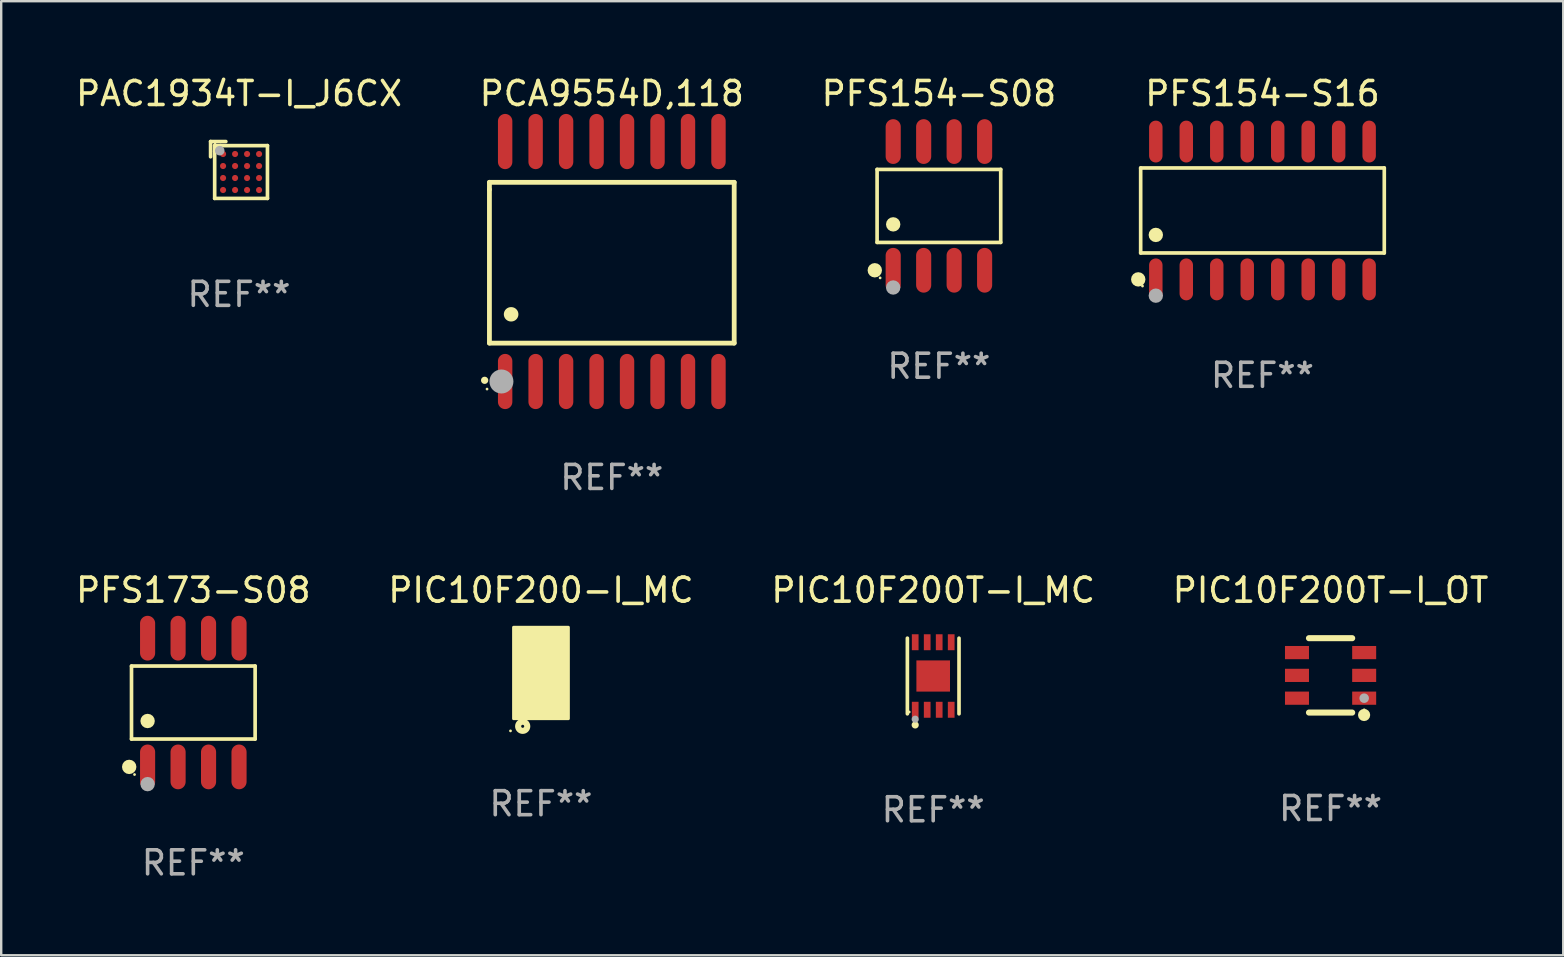
<source format=kicad_pcb>
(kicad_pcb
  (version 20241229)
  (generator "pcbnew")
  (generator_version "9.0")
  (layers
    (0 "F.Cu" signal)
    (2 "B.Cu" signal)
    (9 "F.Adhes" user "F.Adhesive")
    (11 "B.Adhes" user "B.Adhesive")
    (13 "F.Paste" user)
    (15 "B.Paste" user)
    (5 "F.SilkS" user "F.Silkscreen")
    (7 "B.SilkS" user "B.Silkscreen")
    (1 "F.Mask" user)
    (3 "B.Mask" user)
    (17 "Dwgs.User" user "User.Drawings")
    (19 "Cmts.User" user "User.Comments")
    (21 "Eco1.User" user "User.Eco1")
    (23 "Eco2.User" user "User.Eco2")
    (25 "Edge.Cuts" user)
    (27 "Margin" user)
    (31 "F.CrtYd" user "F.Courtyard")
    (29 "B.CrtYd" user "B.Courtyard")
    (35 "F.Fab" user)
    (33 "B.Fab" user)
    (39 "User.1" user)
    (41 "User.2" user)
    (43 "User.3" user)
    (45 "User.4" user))
  (footprint "PIC10F200T-I_OT"
    (layer "F.Cu")
    (at 52.399 25.095)
    (property "Reference" "PIC10F200T-I_OT" (at 0 -3.55 0) (layer "F.SilkS") (effects (font (size 1 1) (thickness 0.15))))
    (attr through_hole)
    (fp_line (start -0.9 -1.55) (end 0.9 -1.55) (stroke (width 0.254) (type solid)) (layer "F.SilkS"))
    (fp_line (start -0.9 1.55) (end 0.9 1.55) (stroke (width 0.254) (type solid)) (layer "F.SilkS"))
    (fp_circle (center 1.397 1.651) (end 1.524 1.651) (stroke (width 0.254) (type solid)) (fill no) (layer "F.SilkS"))
    (fp_circle (center 1.4 1.435) (end 1.43 1.435) (stroke (width 0.06) (type solid)) (fill no) (layer "F.SilkS"))
    (fp_circle (center 1.4 0.95) (end 1.5 0.95) (stroke (width 0.2) (type solid)) (fill no) (layer "F.Fab"))
    (fp_text user "REF**" (at 0 5.55 0) (layer "F.Fab") (effects (font (size 1 1) (thickness 0.15))))
    (pad "1" smd rect (at 1.4 0.95) (size 1 0.55) (layers "F.Cu" "F.Mask" "F.Paste"))
    (pad "2" smd rect (at 1.4 -0.000102) (size 1 0.55) (layers "F.Cu" "F.Mask" "F.Paste"))
    (pad "3" smd rect (at 1.4 -0.95) (size 1 0.55) (layers "F.Cu" "F.Mask" "F.Paste"))
    (pad "4" smd rect (at -1.4 -0.95) (size 1 0.55) (layers "F.Cu" "F.Mask" "F.Paste"))
    (pad "5" smd rect (at -1.4 -0.000102) (size 1 0.55) (layers "F.Cu" "F.Mask" "F.Paste"))
    (pad "6" smd rect (at -1.4 0.95) (size 1 0.55) (layers "F.Cu" "F.Mask" "F.Paste")))
  (footprint "PIC10F200-I_MC"
    (layer "F.Cu")
    (at 19.494 24.995)
    (property "Reference" "PIC10F200-I_MC" (at 0 -3.45 0) (layer "F.SilkS") (effects (font (size 1 1) (thickness 0.15))))
    (attr through_hole)
    (fp_circle (center -1.27 2.413) (end -1.24 2.413) (stroke (width 0.06) (type solid)) (fill no) (layer "F.SilkS"))
    (fp_circle (center -0.762 2.222) (end -0.699 2.222) (stroke (width 0.254) (type solid)) (fill no) (layer "F.SilkS"))
    (fp_poly (pts (xy -1.143 -1.905) (xy 1.143 -1.905) (xy 1.143 1.905) (xy -1.143 1.905)) (stroke (width 0.12) (type solid)) (fill yes) (layer "F.SilkS"))
    (fp_text user "REF**" (at 0 5.45 0) (layer "F.Fab") (effects (font (size 1 1) (thickness 0.15))))
    (pad "1" smd rect (at -0.75 1.45) (size 0.25 0.5) (layers "F.Cu" "F.Mask" "F.Paste"))
    (pad "2" smd rect (at -0.25 1.45) (size 0.25 0.5) (layers "F.Cu" "F.Mask" "F.Paste"))
    (pad "3" smd rect (at 0.25 1.45) (size 0.25 0.5) (layers "F.Cu" "F.Mask" "F.Paste"))
    (pad "4" smd rect (at 0.75 1.45) (size 0.25 0.5) (layers "F.Cu" "F.Mask" "F.Paste"))
    (pad "5" smd rect (at 0.75 -1.45) (size 0.25 0.5) (layers "F.Cu" "F.Mask" "F.Paste"))
    (pad "6" smd rect (at 0.25 -1.45) (size 0.25 0.5) (layers "F.Cu" "F.Mask" "F.Paste"))
    (pad "7" smd rect (at -0.25 -1.45) (size 0.25 0.5) (layers "F.Cu" "F.Mask" "F.Paste"))
    (pad "8" smd rect (at -0.75 -1.45) (size 0.25 0.5) (layers "F.Cu" "F.Mask" "F.Paste"))
    (pad "9" smd rect (at 0 -0.000127) (size 1.5 1.6) (layers "F.Cu" "F.Mask" "F.Paste")))
  (footprint "PFS154-S08"
    (layer "F.Cu")
    (at 36.077 5.531)
    (property "Reference" "PFS154-S08" (at 0 -4.682 0) (layer "F.SilkS") (effects (font (size 1 1) (thickness 0.15))))
    (attr through_hole)
    (fp_line (start -2.576 -1.521) (end 2.576 -1.521) (stroke (width 0.152) (type solid)) (layer "F.SilkS"))
    (fp_line (start -2.576 1.521) (end -2.576 -1.521) (stroke (width 0.152) (type solid)) (layer "F.SilkS"))
    (fp_line (start 2.576 -1.521) (end 2.576 1.521) (stroke (width 0.152) (type solid)) (layer "F.SilkS"))
    (fp_line (start 2.576 1.521) (end -2.576 1.521) (stroke (width 0.152) (type solid)) (layer "F.SilkS"))
    (fp_circle (center -2.672 2.682) (end -2.522 2.682) (stroke (width 0.3) (type solid)) (fill no) (layer "F.SilkS"))
    (fp_circle (center -2.45 3) (end -2.42 3) (stroke (width 0.06) (type solid)) (fill no) (layer "F.SilkS"))
    (fp_circle (center -1.905 0.769) (end -1.755 0.769) (stroke (width 0.3) (type solid)) (fill no) (layer "F.SilkS"))
    (fp_circle (center -1.905 3.4) (end -1.755 3.4) (stroke (width 0.3) (type solid)) (fill no) (layer "F.Fab"))
    (fp_text user "REF**" (at 0 6.682 0) (layer "F.Fab") (effects (font (size 1 1) (thickness 0.15))))
    (pad "1" smd oval (at -1.905 2.682) (size 0.63 1.865) (layers "F.Cu" "F.Mask" "F.Paste"))
    (pad "2" smd oval (at -0.635 2.682) (size 0.63 1.865) (layers "F.Cu" "F.Mask" "F.Paste"))
    (pad "3" smd oval (at 0.635 2.682) (size 0.63 1.865) (layers "F.Cu" "F.Mask" "F.Paste"))
    (pad "4" smd oval (at 1.905 2.682) (size 0.63 1.865) (layers "F.Cu" "F.Mask" "F.Paste"))
    (pad "5" smd oval (at 1.905 -2.682) (size 0.63 1.865) (layers "F.Cu" "F.Mask" "F.Paste"))
    (pad "6" smd oval (at 0.635 -2.682) (size 0.63 1.865) (layers "F.Cu" "F.Mask" "F.Paste"))
    (pad "7" smd oval (at -0.635 -2.682) (size 0.63 1.865) (layers "F.Cu" "F.Mask" "F.Paste"))
    (pad "8" smd oval (at -1.905 -2.682) (size 0.63 1.865) (layers "F.Cu" "F.Mask" "F.Paste")))
  (footprint "PFS173-S08"
    (layer "F.Cu")
    (at 5.006 26.227)
    (property "Reference" "PFS173-S08" (at 0 -4.682 0) (layer "F.SilkS") (effects (font (size 1 1) (thickness 0.15))))
    (attr through_hole)
    (fp_line (start -2.576 -1.521) (end 2.576 -1.521) (stroke (width 0.152) (type solid)) (layer "F.SilkS"))
    (fp_line (start -2.576 1.521) (end -2.576 -1.521) (stroke (width 0.152) (type solid)) (layer "F.SilkS"))
    (fp_line (start 2.576 -1.521) (end 2.576 1.521) (stroke (width 0.152) (type solid)) (layer "F.SilkS"))
    (fp_line (start 2.576 1.521) (end -2.576 1.521) (stroke (width 0.152) (type solid)) (layer "F.SilkS"))
    (fp_circle (center -2.672 2.682) (end -2.522 2.682) (stroke (width 0.3) (type solid)) (fill no) (layer "F.SilkS"))
    (fp_circle (center -2.45 3) (end -2.42 3) (stroke (width 0.06) (type solid)) (fill no) (layer "F.SilkS"))
    (fp_circle (center -1.905 0.769) (end -1.755 0.769) (stroke (width 0.3) (type solid)) (fill no) (layer "F.SilkS"))
    (fp_circle (center -1.905 3.4) (end -1.755 3.4) (stroke (width 0.3) (type solid)) (fill no) (layer "F.Fab"))
    (fp_text user "REF**" (at 0 6.682 0) (layer "F.Fab") (effects (font (size 1 1) (thickness 0.15))))
    (pad "1" smd oval (at -1.905 2.682) (size 0.63 1.865) (layers "F.Cu" "F.Mask" "F.Paste"))
    (pad "2" smd oval (at -0.635 2.682) (size 0.63 1.865) (layers "F.Cu" "F.Mask" "F.Paste"))
    (pad "3" smd oval (at 0.635 2.682) (size 0.63 1.865) (layers "F.Cu" "F.Mask" "F.Paste"))
    (pad "4" smd oval (at 1.905 2.682) (size 0.63 1.865) (layers "F.Cu" "F.Mask" "F.Paste"))
    (pad "5" smd oval (at 1.905 -2.682) (size 0.63 1.865) (layers "F.Cu" "F.Mask" "F.Paste"))
    (pad "6" smd oval (at 0.635 -2.682) (size 0.63 1.865) (layers "F.Cu" "F.Mask" "F.Paste"))
    (pad "7" smd oval (at -0.635 -2.682) (size 0.63 1.865) (layers "F.Cu" "F.Mask" "F.Paste"))
    (pad "8" smd oval (at -1.905 -2.682) (size 0.63 1.865) (layers "F.Cu" "F.Mask" "F.Paste")))
  (footprint "PCA9554D,118"
    (layer "F.Cu")
    (at 22.446 7.848)
    (property "Reference" "PCA9554D,118" (at 0 -7 0) (layer "F.SilkS") (effects (font (size 1 1) (thickness 0.15))))
    (attr through_hole)
    (fp_line (start -5.1 -3.3) (end -5.1 -3) (stroke (width 0.2) (type solid)) (layer "F.SilkS"))
    (fp_line (start -5.1 -3) (end -5.1 3.4) (stroke (width 0.2) (type solid)) (layer "F.SilkS"))
    (fp_line (start -5.1 3.4) (end 5.1 3.4) (stroke (width 0.2) (type solid)) (layer "F.SilkS"))
    (fp_line (start 5.1 -3.3) (end -5.1 -3.3) (stroke (width 0.2) (type solid)) (layer "F.SilkS"))
    (fp_line (start 5.1 3.4) (end 5.1 -3.3) (stroke (width 0.2) (type solid)) (layer "F.SilkS"))
    (fp_arc (start -5.300991 4.950495) (mid -5.299721 4.95049) (end -5.298451 4.950495) (stroke (width 0.3) (type solid)) (layer "F.SilkS"))
    (fp_arc (start -4.2 2.200025) (mid -4.19619 2.200001) (end -4.19238 2.200025) (stroke (width 0.6) (type solid)) (layer "F.SilkS"))
    (fp_circle (center -5.2 5.315) (end -5.17 5.315) (stroke (width 0.06) (type solid)) (fill no) (layer "F.SilkS"))
    (fp_circle (center -4.6 5) (end -4.35 5) (stroke (width 0.5) (type solid)) (fill no) (layer "F.Fab"))
    (fp_text user "REF**" (at 0 9 0) (layer "F.Fab") (effects (font (size 1 1) (thickness 0.15))))
    (pad "1" smd oval (at -4.445 5 180) (size 0.6 2.3) (layers "F.Cu" "F.Mask" "F.Paste"))
    (pad "2" smd oval (at -3.175 5 180) (size 0.6 2.3) (layers "F.Cu" "F.Mask" "F.Paste"))
    (pad "3" smd oval (at -1.905 5 180) (size 0.6 2.3) (layers "F.Cu" "F.Mask" "F.Paste"))
    (pad "4" smd oval (at -0.635 5 180) (size 0.6 2.3) (layers "F.Cu" "F.Mask" "F.Paste"))
    (pad "5" smd oval (at 0.635 5 180) (size 0.6 2.3) (layers "F.Cu" "F.Mask" "F.Paste"))
    (pad "6" smd oval (at 1.905 5 180) (size 0.6 2.3) (layers "F.Cu" "F.Mask" "F.Paste"))
    (pad "7" smd oval (at 3.175 5 180) (size 0.6 2.3) (layers "F.Cu" "F.Mask" "F.Paste"))
    (pad "8" smd oval (at 4.445 5 180) (size 0.6 2.3) (layers "F.Cu" "F.Mask" "F.Paste"))
    (pad "9" smd oval (at 4.445 -5 180) (size 0.6 2.3) (layers "F.Cu" "F.Mask" "F.Paste"))
    (pad "10" smd oval (at 3.175 -5 180) (size 0.6 2.3) (layers "F.Cu" "F.Mask" "F.Paste"))
    (pad "11" smd oval (at 1.905 -5 180) (size 0.6 2.3) (layers "F.Cu" "F.Mask" "F.Paste"))
    (pad "12" smd oval (at 0.635 -5 180) (size 0.6 2.3) (layers "F.Cu" "F.Mask" "F.Paste"))
    (pad "13" smd oval (at -0.635 -5 180) (size 0.6 2.3) (layers "F.Cu" "F.Mask" "F.Paste"))
    (pad "14" smd oval (at -1.905 -5 180) (size 0.6 2.3) (layers "F.Cu" "F.Mask" "F.Paste"))
    (pad "15" smd oval (at -3.175 -5 180) (size 0.6 2.3) (layers "F.Cu" "F.Mask" "F.Paste"))
    (pad "16" smd oval (at -4.445 -5 180) (size 0.6 2.3) (layers "F.Cu" "F.Mask" "F.Paste")))
  (footprint "PFS154-S16"
    (layer "F.Cu")
    (at 49.561 5.721)
    (property "Reference" "PFS154-S16" (at 0 -4.872 0) (layer "F.SilkS") (effects (font (size 1 1) (thickness 0.15))))
    (attr through_hole)
    (fp_line (start -5.076 -1.771) (end 5.076 -1.771) (stroke (width 0.152) (type solid)) (layer "F.SilkS"))
    (fp_line (start -5.076 1.771) (end -5.076 -1.771) (stroke (width 0.152) (type solid)) (layer "F.SilkS"))
    (fp_line (start 5.076 -1.771) (end 5.076 1.771) (stroke (width 0.152) (type solid)) (layer "F.SilkS"))
    (fp_line (start 5.076 1.771) (end -5.076 1.771) (stroke (width 0.152) (type solid)) (layer "F.SilkS"))
    (fp_circle (center -5.177 2.872) (end -5.027 2.872) (stroke (width 0.3) (type solid)) (fill no) (layer "F.SilkS"))
    (fp_circle (center -5 3.15) (end -4.97 3.15) (stroke (width 0.06) (type solid)) (fill no) (layer "F.SilkS"))
    (fp_circle (center -4.445 1.019) (end -4.295 1.019) (stroke (width 0.3) (type solid)) (fill no) (layer "F.SilkS"))
    (fp_circle (center -4.445 3.55) (end -4.295 3.55) (stroke (width 0.3) (type solid)) (fill no) (layer "F.Fab"))
    (fp_text user "REF**" (at 0 6.872 0) (layer "F.Fab") (effects (font (size 1 1) (thickness 0.15))))
    (pad "1" smd oval (at -4.445 2.872) (size 0.56 1.745) (layers "F.Cu" "F.Mask" "F.Paste"))
    (pad "2" smd oval (at -3.175 2.872) (size 0.56 1.745) (layers "F.Cu" "F.Mask" "F.Paste"))
    (pad "3" smd oval (at -1.905 2.872) (size 0.56 1.745) (layers "F.Cu" "F.Mask" "F.Paste"))
    (pad "4" smd oval (at -0.635 2.872) (size 0.56 1.745) (layers "F.Cu" "F.Mask" "F.Paste"))
    (pad "5" smd oval (at 0.635 2.872) (size 0.56 1.745) (layers "F.Cu" "F.Mask" "F.Paste"))
    (pad "6" smd oval (at 1.905 2.872) (size 0.56 1.745) (layers "F.Cu" "F.Mask" "F.Paste"))
    (pad "7" smd oval (at 3.175 2.872) (size 0.56 1.745) (layers "F.Cu" "F.Mask" "F.Paste"))
    (pad "8" smd oval (at 4.445 2.872) (size 0.56 1.745) (layers "F.Cu" "F.Mask" "F.Paste"))
    (pad "9" smd oval (at 4.445 -2.872) (size 0.56 1.745) (layers "F.Cu" "F.Mask" "F.Paste"))
    (pad "10" smd oval (at 3.175 -2.872) (size 0.56 1.745) (layers "F.Cu" "F.Mask" "F.Paste"))
    (pad "11" smd oval (at 1.905 -2.872) (size 0.56 1.745) (layers "F.Cu" "F.Mask" "F.Paste"))
    (pad "12" smd oval (at 0.635 -2.872) (size 0.56 1.745) (layers "F.Cu" "F.Mask" "F.Paste"))
    (pad "13" smd oval (at -0.635 -2.872) (size 0.56 1.745) (layers "F.Cu" "F.Mask" "F.Paste"))
    (pad "14" smd oval (at -1.905 -2.872) (size 0.56 1.745) (layers "F.Cu" "F.Mask" "F.Paste"))
    (pad "15" smd oval (at -3.175 -2.872) (size 0.56 1.745) (layers "F.Cu" "F.Mask" "F.Paste"))
    (pad "16" smd oval (at -4.445 -2.872) (size 0.56 1.745) (layers "F.Cu" "F.Mask" "F.Paste")))
  (footprint "PAC1934T-I_J6CX"
    (layer "F.Cu")
    (at 6.911 4.033)
    (property "Reference" "PAC1934T-I_J6CX" (at 0 -3.185 0) (layer "F.SilkS") (effects (font (size 1 1) (thickness 0.15))))
    (attr through_hole)
    (fp_line (start -1.185 -1.185) (end -1.185 -0.55) (stroke (width 0.152) (type solid)) (layer "F.SilkS"))
    (fp_line (start -1.015 -1.015) (end 1.185 -1.015) (stroke (width 0.152) (type solid)) (layer "F.SilkS"))
    (fp_line (start -1.015 1.185) (end -1.015 -1.015) (stroke (width 0.152) (type solid)) (layer "F.SilkS"))
    (fp_line (start -0.845 -0.947) (end -1.015 -0.777) (stroke (width 0.152) (type solid)) (layer "F.SilkS"))
    (fp_line (start -0.771 -1.015) (end -0.845 -0.947) (stroke (width 0.152) (type solid)) (layer "F.SilkS"))
    (fp_line (start -0.55 -1.185) (end -1.185 -1.185) (stroke (width 0.152) (type solid)) (layer "F.SilkS"))
    (fp_line (start 1.185 -1.015) (end 1.185 1.185) (stroke (width 0.152) (type solid)) (layer "F.SilkS"))
    (fp_line (start 1.185 1.185) (end -1.015 1.185) (stroke (width 0.152) (type solid)) (layer "F.SilkS"))
    (fp_circle (center -1 -1.075) (end -0.97 -1.075) (stroke (width 0.06) (type solid)) (fill no) (layer "F.SilkS"))
    (fp_circle (center -0.804 -0.804) (end -0.704 -0.804) (stroke (width 0.2) (type solid)) (fill no) (layer "F.Fab"))
    (fp_text user "REF**" (at 0 5.185 0) (layer "F.Fab") (effects (font (size 1 1) (thickness 0.15))))
    (pad "A1" smd circle (at -0.665 -0.665) (size 0.256 0.256) (layers "F.Cu" "F.Mask" "F.Paste"))
    (pad "A2" smd circle (at -0.165 -0.665) (size 0.256 0.256) (layers "F.Cu" "F.Mask" "F.Paste"))
    (pad "A3" smd circle (at 0.335 -0.665) (size 0.256 0.256) (layers "F.Cu" "F.Mask" "F.Paste"))
    (pad "A4" smd circle (at 0.835 -0.665) (size 0.256 0.256) (layers "F.Cu" "F.Mask" "F.Paste"))
    (pad "B1" smd circle (at -0.665 -0.165) (size 0.256 0.256) (layers "F.Cu" "F.Mask" "F.Paste"))
    (pad "B2" smd circle (at -0.165 -0.165) (size 0.256 0.256) (layers "F.Cu" "F.Mask" "F.Paste"))
    (pad "B3" smd circle (at 0.335 -0.165) (size 0.256 0.256) (layers "F.Cu" "F.Mask" "F.Paste"))
    (pad "B4" smd circle (at 0.835 -0.165) (size 0.256 0.256) (layers "F.Cu" "F.Mask" "F.Paste"))
    (pad "C1" smd circle (at -0.665 0.335) (size 0.256 0.256) (layers "F.Cu" "F.Mask" "F.Paste"))
    (pad "C2" smd circle (at -0.165 0.335) (size 0.256 0.256) (layers "F.Cu" "F.Mask" "F.Paste"))
    (pad "C3" smd circle (at 0.335 0.335) (size 0.256 0.256) (layers "F.Cu" "F.Mask" "F.Paste"))
    (pad "C4" smd circle (at 0.835 0.335) (size 0.256 0.256) (layers "F.Cu" "F.Mask" "F.Paste"))
    (pad "D1" smd circle (at -0.665 0.835) (size 0.256 0.256) (layers "F.Cu" "F.Mask" "F.Paste"))
    (pad "D2" smd circle (at -0.165 0.835) (size 0.256 0.256) (layers "F.Cu" "F.Mask" "F.Paste"))
    (pad "D3" smd circle (at 0.335 0.835) (size 0.256 0.256) (layers "F.Cu" "F.Mask" "F.Paste"))
    (pad "D4" smd circle (at 0.835 0.835) (size 0.256 0.256) (layers "F.Cu" "F.Mask" "F.Paste")))
  (footprint "PIC10F200T-I_MC"
    (layer "F.Cu")
    (at 35.839 25.121)
    (property "Reference" "PIC10F200T-I_MC" (at 0 -3.576 0) (layer "F.SilkS") (effects (font (size 1 1) (thickness 0.15))))
    (attr through_hole)
    (fp_line (start -1.076 1.576) (end -1.076 -1.576) (stroke (width 0.152) (type solid)) (layer "F.SilkS"))
    (fp_line (start 1.076 1.576) (end 1.076 -1.576) (stroke (width 0.152) (type solid)) (layer "F.SilkS"))
    (fp_circle (center -1 1.5) (end -0.97 1.5) (stroke (width 0.06) (type solid)) (fill no) (layer "F.SilkS"))
    (fp_circle (center -0.75 2.04) (end -0.675 2.04) (stroke (width 0.15) (type solid)) (fill no) (layer "F.SilkS"))
    (fp_circle (center -0.75 1.8) (end -0.675 1.8) (stroke (width 0.15) (type solid)) (fill no) (layer "F.Fab"))
    (fp_text user "REF**" (at 0 5.576 0) (layer "F.Fab") (effects (font (size 1 1) (thickness 0.15))))
    (pad "1" smd rect (at -0.75 1.407) (size 0.28 0.665) (layers "F.Cu" "F.Mask" "F.Paste"))
    (pad "2" smd rect (at -0.25 1.407) (size 0.28 0.665) (layers "F.Cu" "F.Mask" "F.Paste"))
    (pad "3" smd rect (at 0.25 1.407) (size 0.28 0.665) (layers "F.Cu" "F.Mask" "F.Paste"))
    (pad "4" smd rect (at 0.75 1.407) (size 0.28 0.665) (layers "F.Cu" "F.Mask" "F.Paste"))
    (pad "5" smd rect (at 0.75 -1.407) (size 0.28 0.665) (layers "F.Cu" "F.Mask" "F.Paste"))
    (pad "6" smd rect (at 0.25 -1.407) (size 0.28 0.665) (layers "F.Cu" "F.Mask" "F.Paste"))
    (pad "7" smd rect (at -0.25 -1.407) (size 0.28 0.665) (layers "F.Cu" "F.Mask" "F.Paste"))
    (pad "8" smd rect (at -0.75 -1.407) (size 0.28 0.665) (layers "F.Cu" "F.Mask" "F.Paste"))
    (pad "9" smd rect (at 0 0) (size 1.4 1.3) (layers "F.Cu" "F.Mask" "F.Paste")))
  (gr_rect
    (start -3 -3)
    (end 62.095 36.758)
    (stroke (width 0.1) (type default))
    (fill no)
    (layer "Edge.Cuts")))
</source>
